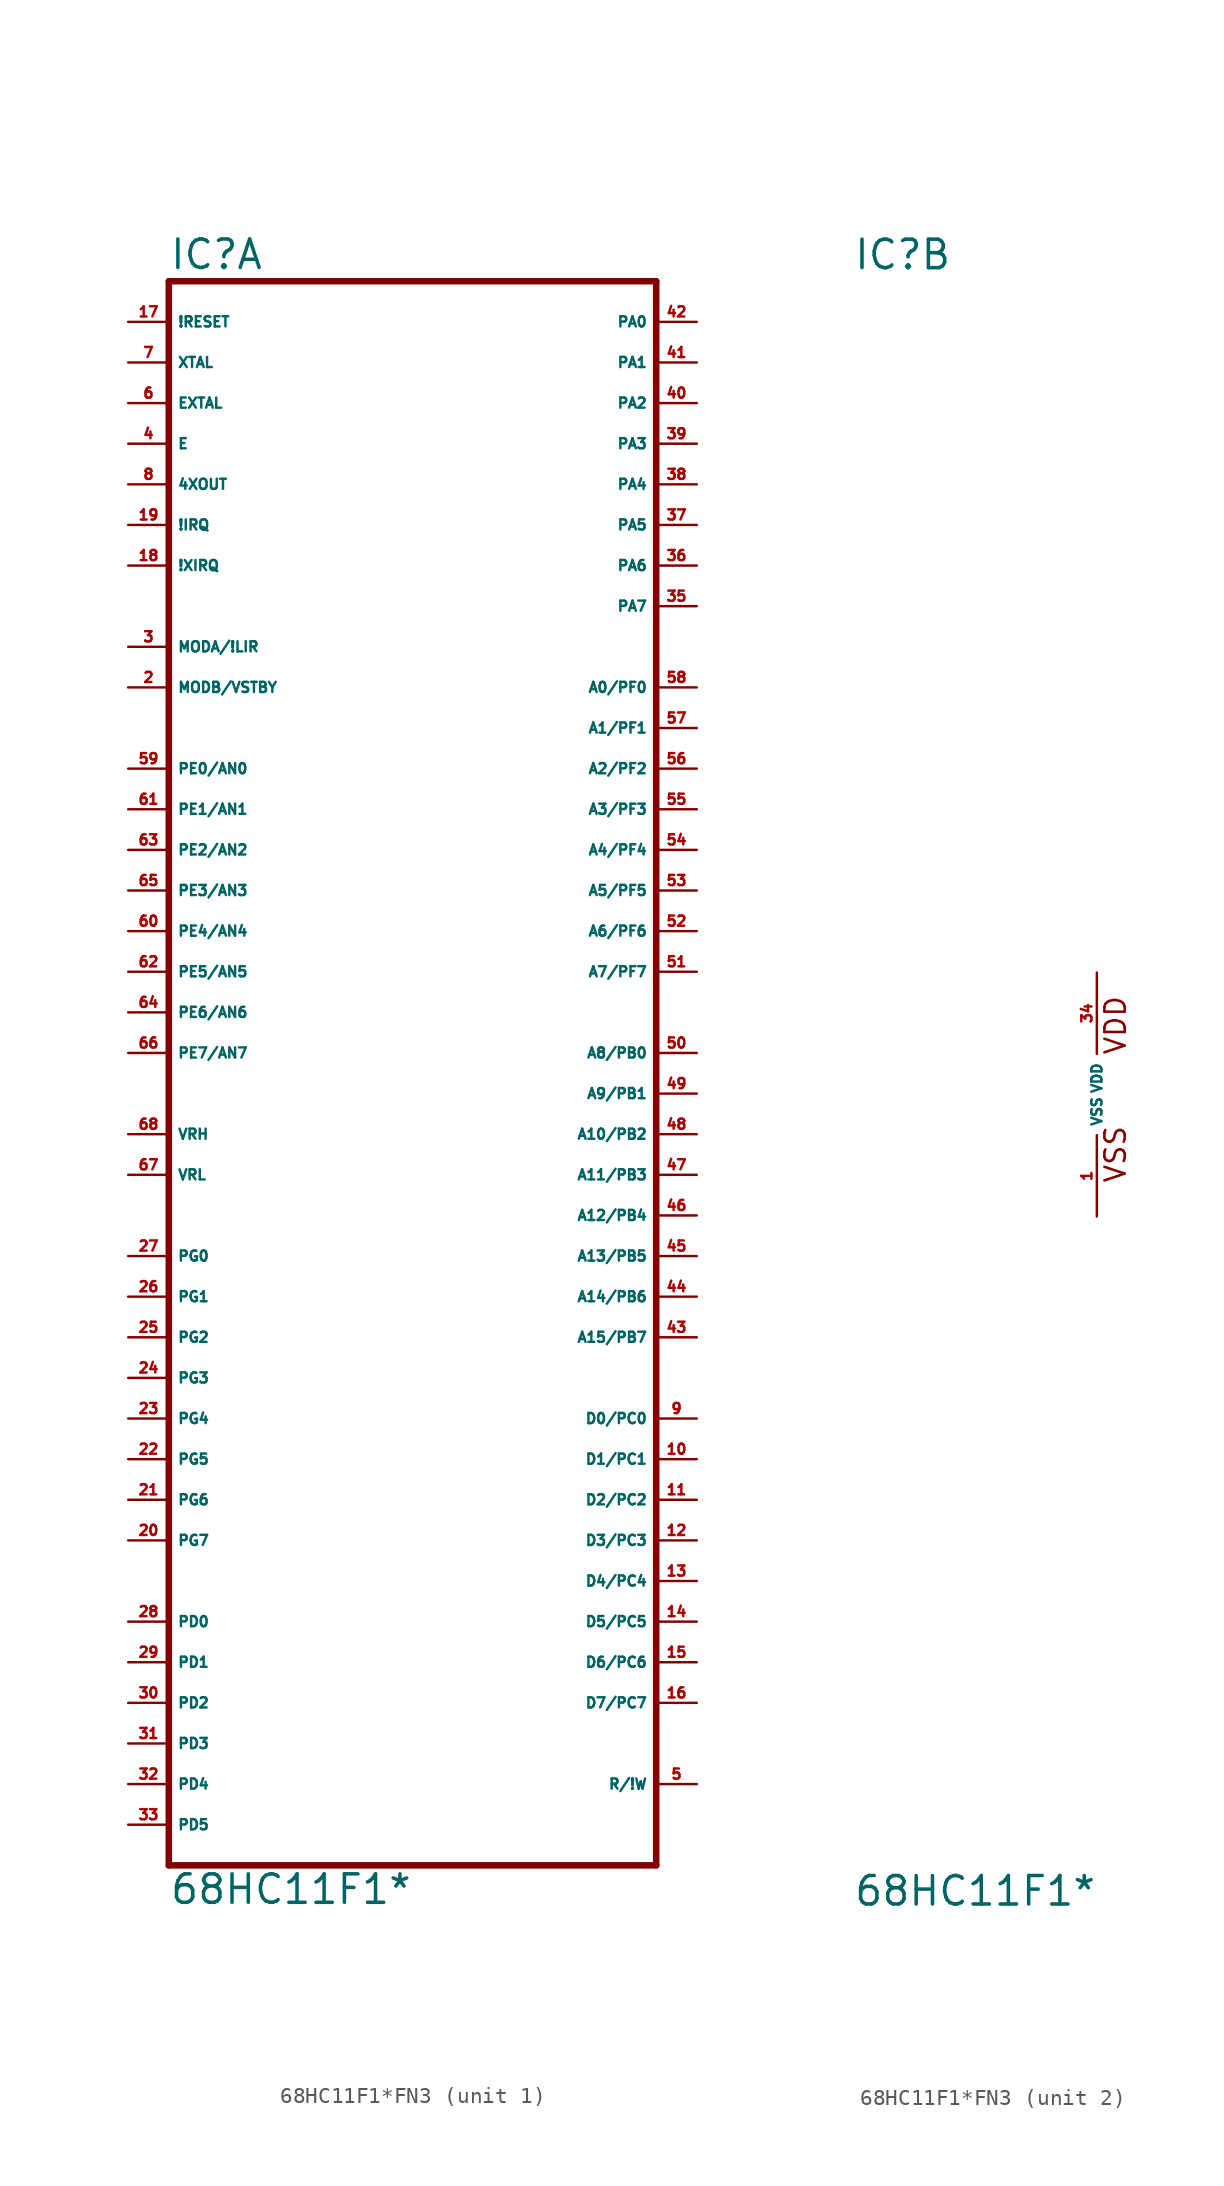
<source format=kicad_sym>
(kicad_symbol_lib
  (version 20220914)
  (generator Eagle2Kicad)
  (symbol "68HC11F1*FN3"
    (property "Reference" "IC"
      (at -15.24 51.435 0)
      (effects (font (size 1.778 1.778) (thickness 0.22)) (justify left bottom)))
    (property "Value" "68HC11F1*"
      (at -15.24 -50.8 0)
      (effects (font (size 1.778 1.778) (thickness 0.22)) (justify left bottom)))
    (symbol "68HC11F1*FN3_1_0"
      (polyline (pts (xy -15.24 -48.26) (xy 15.24 -48.26)) (stroke (width 0.406) (type default)) (fill (type none)))
      (polyline (pts (xy 15.24 -48.26) (xy 15.24 50.8)) (stroke (width 0.406) (type default)) (fill (type none)))
      (polyline (pts (xy 15.24 50.8) (xy -15.24 50.8)) (stroke (width 0.406) (type default)) (fill (type none)))
      (polyline (pts (xy -15.24 50.8) (xy -15.24 -48.26)) (stroke (width 0.406) (type default)) (fill (type none)))
      (pin bidirectional line (at -17.78 27.94 0) (length 2.54) (name "MODA/!LIR" (effects (font (size 0.635 0.635) (thickness 0.08)) (justify left bottom))) (number "3" (effects (font (size 0.635 0.635) (thickness 0.08)) (justify left bottom))))
      (pin output line (at -17.78 40.64 0) (length 2.54) (name "E" (effects (font (size 0.635 0.635) (thickness 0.08)) (justify left bottom))) (number "4" (effects (font (size 0.635 0.635) (thickness 0.08)) (justify left bottom))))
      (pin bidirectional line (at 17.78 -43.18 180) (length 2.54) (name "R/!W" (effects (font (size 0.635 0.635) (thickness 0.08)) (justify left bottom))) (number "5" (effects (font (size 0.635 0.635) (thickness 0.08)) (justify left bottom))))
      (pin input line (at -17.78 43.18 0) (length 2.54) (name "EXTAL" (effects (font (size 0.635 0.635) (thickness 0.08)) (justify left bottom))) (number "6" (effects (font (size 0.635 0.635) (thickness 0.08)) (justify left bottom))))
      (pin output line (at -17.78 45.72 0) (length 2.54) (name "XTAL" (effects (font (size 0.635 0.635) (thickness 0.08)) (justify left bottom))) (number "7" (effects (font (size 0.635 0.635) (thickness 0.08)) (justify left bottom))))
      (pin tri_state line (at 17.78 -20.32 180) (length 2.54) (name "D0/PC0" (effects (font (size 0.635 0.635) (thickness 0.08)) (justify left bottom))) (number "9" (effects (font (size 0.635 0.635) (thickness 0.08)) (justify left bottom))))
      (pin bidirectional line (at -17.78 48.26 0) (length 2.54) (name "!RESET" (effects (font (size 0.635 0.635) (thickness 0.08)) (justify left bottom))) (number "17" (effects (font (size 0.635 0.635) (thickness 0.08)) (justify left bottom))))
      (pin input line (at -17.78 33.02 0) (length 2.54) (name "!XIRQ" (effects (font (size 0.635 0.635) (thickness 0.08)) (justify left bottom))) (number "18" (effects (font (size 0.635 0.635) (thickness 0.08)) (justify left bottom))))
      (pin input line (at -17.78 35.56 0) (length 2.54) (name "!IRQ" (effects (font (size 0.635 0.635) (thickness 0.08)) (justify left bottom))) (number "19" (effects (font (size 0.635 0.635) (thickness 0.08)) (justify left bottom))))
      (pin bidirectional line (at -17.78 -33.02 0) (length 2.54) (name "PD0" (effects (font (size 0.635 0.635) (thickness 0.08)) (justify left bottom))) (number "28" (effects (font (size 0.635 0.635) (thickness 0.08)) (justify left bottom))))
      (pin bidirectional line (at -17.78 -35.56 0) (length 2.54) (name "PD1" (effects (font (size 0.635 0.635) (thickness 0.08)) (justify left bottom))) (number "29" (effects (font (size 0.635 0.635) (thickness 0.08)) (justify left bottom))))
      (pin bidirectional line (at -17.78 -38.1 0) (length 2.54) (name "PD2" (effects (font (size 0.635 0.635) (thickness 0.08)) (justify left bottom))) (number "30" (effects (font (size 0.635 0.635) (thickness 0.08)) (justify left bottom))))
      (pin bidirectional line (at -17.78 -40.64 0) (length 2.54) (name "PD3" (effects (font (size 0.635 0.635) (thickness 0.08)) (justify left bottom))) (number "31" (effects (font (size 0.635 0.635) (thickness 0.08)) (justify left bottom))))
      (pin bidirectional line (at -17.78 -43.18 0) (length 2.54) (name "PD4" (effects (font (size 0.635 0.635) (thickness 0.08)) (justify left bottom))) (number "32" (effects (font (size 0.635 0.635) (thickness 0.08)) (justify left bottom))))
      (pin bidirectional line (at -17.78 -45.72 0) (length 2.54) (name "PD5" (effects (font (size 0.635 0.635) (thickness 0.08)) (justify left bottom))) (number "33" (effects (font (size 0.635 0.635) (thickness 0.08)) (justify left bottom))))
      (pin output line (at 17.78 2.54 180) (length 2.54) (name "A8/PB0" (effects (font (size 0.635 0.635) (thickness 0.08)) (justify left bottom))) (number "50" (effects (font (size 0.635 0.635) (thickness 0.08)) (justify left bottom))))
      (pin bidirectional line (at 17.78 48.26 180) (length 2.54) (name "PA0" (effects (font (size 0.635 0.635) (thickness 0.08)) (justify left bottom))) (number "42" (effects (font (size 0.635 0.635) (thickness 0.08)) (justify left bottom))))
      (pin input line (at -17.78 20.32 0) (length 2.54) (name "PE0/AN0" (effects (font (size 0.635 0.635) (thickness 0.08)) (justify left bottom))) (number "59" (effects (font (size 0.635 0.635) (thickness 0.08)) (justify left bottom))))
      (pin input line (at -17.78 17.78 0) (length 2.54) (name "PE1/AN1" (effects (font (size 0.635 0.635) (thickness 0.08)) (justify left bottom))) (number "61" (effects (font (size 0.635 0.635) (thickness 0.08)) (justify left bottom))))
      (pin input line (at -17.78 15.24 0) (length 2.54) (name "PE2/AN2" (effects (font (size 0.635 0.635) (thickness 0.08)) (justify left bottom))) (number "63" (effects (font (size 0.635 0.635) (thickness 0.08)) (justify left bottom))))
      (pin input line (at -17.78 12.7 0) (length 2.54) (name "PE3/AN3" (effects (font (size 0.635 0.635) (thickness 0.08)) (justify left bottom))) (number "65" (effects (font (size 0.635 0.635) (thickness 0.08)) (justify left bottom))))
      (pin input line (at -17.78 10.16 0) (length 2.54) (name "PE4/AN4" (effects (font (size 0.635 0.635) (thickness 0.08)) (justify left bottom))) (number "60" (effects (font (size 0.635 0.635) (thickness 0.08)) (justify left bottom))))
      (pin input line (at -17.78 7.62 0) (length 2.54) (name "PE5/AN5" (effects (font (size 0.635 0.635) (thickness 0.08)) (justify left bottom))) (number "62" (effects (font (size 0.635 0.635) (thickness 0.08)) (justify left bottom))))
      (pin input line (at -17.78 5.08 0) (length 2.54) (name "PE6/AN6" (effects (font (size 0.635 0.635) (thickness 0.08)) (justify left bottom))) (number "64" (effects (font (size 0.635 0.635) (thickness 0.08)) (justify left bottom))))
      (pin input line (at -17.78 2.54 0) (length 2.54) (name "PE7/AN7" (effects (font (size 0.635 0.635) (thickness 0.08)) (justify left bottom))) (number "66" (effects (font (size 0.635 0.635) (thickness 0.08)) (justify left bottom))))
      (pin input line (at -17.78 -5.08 0) (length 2.54) (name "VRL" (effects (font (size 0.635 0.635) (thickness 0.08)) (justify left bottom))) (number "67" (effects (font (size 0.635 0.635) (thickness 0.08)) (justify left bottom))))
      (pin input line (at -17.78 -2.54 0) (length 2.54) (name "VRH" (effects (font (size 0.635 0.635) (thickness 0.08)) (justify left bottom))) (number "68" (effects (font (size 0.635 0.635) (thickness 0.08)) (justify left bottom))))
      (pin input line (at -17.78 25.4 0) (length 2.54) (name "MODB/VSTBY" (effects (font (size 0.635 0.635) (thickness 0.08)) (justify left bottom))) (number "2" (effects (font (size 0.635 0.635) (thickness 0.08)) (justify left bottom))))
      (pin bidirectional line (at -17.78 -10.16 0) (length 2.54) (name "PG0" (effects (font (size 0.635 0.635) (thickness 0.08)) (justify left bottom))) (number "27" (effects (font (size 0.635 0.635) (thickness 0.08)) (justify left bottom))))
      (pin bidirectional line (at -17.78 -12.7 0) (length 2.54) (name "PG1" (effects (font (size 0.635 0.635) (thickness 0.08)) (justify left bottom))) (number "26" (effects (font (size 0.635 0.635) (thickness 0.08)) (justify left bottom))))
      (pin bidirectional line (at -17.78 -15.24 0) (length 2.54) (name "PG2" (effects (font (size 0.635 0.635) (thickness 0.08)) (justify left bottom))) (number "25" (effects (font (size 0.635 0.635) (thickness 0.08)) (justify left bottom))))
      (pin bidirectional line (at -17.78 -17.78 0) (length 2.54) (name "PG3" (effects (font (size 0.635 0.635) (thickness 0.08)) (justify left bottom))) (number "24" (effects (font (size 0.635 0.635) (thickness 0.08)) (justify left bottom))))
      (pin bidirectional line (at -17.78 -20.32 0) (length 2.54) (name "PG4" (effects (font (size 0.635 0.635) (thickness 0.08)) (justify left bottom))) (number "23" (effects (font (size 0.635 0.635) (thickness 0.08)) (justify left bottom))))
      (pin bidirectional line (at -17.78 -22.86 0) (length 2.54) (name "PG5" (effects (font (size 0.635 0.635) (thickness 0.08)) (justify left bottom))) (number "22" (effects (font (size 0.635 0.635) (thickness 0.08)) (justify left bottom))))
      (pin bidirectional line (at -17.78 -25.4 0) (length 2.54) (name "PG6" (effects (font (size 0.635 0.635) (thickness 0.08)) (justify left bottom))) (number "21" (effects (font (size 0.635 0.635) (thickness 0.08)) (justify left bottom))))
      (pin bidirectional line (at -17.78 -27.94 0) (length 2.54) (name "PG7" (effects (font (size 0.635 0.635) (thickness 0.08)) (justify left bottom))) (number "20" (effects (font (size 0.635 0.635) (thickness 0.08)) (justify left bottom))))
      (pin output line (at -17.78 38.1 0) (length 2.54) (name "4XOUT" (effects (font (size 0.635 0.635) (thickness 0.08)) (justify left bottom))) (number "8" (effects (font (size 0.635 0.635) (thickness 0.08)) (justify left bottom))))
      (pin output line (at 17.78 25.4 180) (length 2.54) (name "A0/PF0" (effects (font (size 0.635 0.635) (thickness 0.08)) (justify left bottom))) (number "58" (effects (font (size 0.635 0.635) (thickness 0.08)) (justify left bottom))))
      (pin output line (at 17.78 22.86 180) (length 2.54) (name "A1/PF1" (effects (font (size 0.635 0.635) (thickness 0.08)) (justify left bottom))) (number "57" (effects (font (size 0.635 0.635) (thickness 0.08)) (justify left bottom))))
      (pin output line (at 17.78 20.32 180) (length 2.54) (name "A2/PF2" (effects (font (size 0.635 0.635) (thickness 0.08)) (justify left bottom))) (number "56" (effects (font (size 0.635 0.635) (thickness 0.08)) (justify left bottom))))
      (pin output line (at 17.78 17.78 180) (length 2.54) (name "A3/PF3" (effects (font (size 0.635 0.635) (thickness 0.08)) (justify left bottom))) (number "55" (effects (font (size 0.635 0.635) (thickness 0.08)) (justify left bottom))))
      (pin output line (at 17.78 15.24 180) (length 2.54) (name "A4/PF4" (effects (font (size 0.635 0.635) (thickness 0.08)) (justify left bottom))) (number "54" (effects (font (size 0.635 0.635) (thickness 0.08)) (justify left bottom))))
      (pin output line (at 17.78 12.7 180) (length 2.54) (name "A5/PF5" (effects (font (size 0.635 0.635) (thickness 0.08)) (justify left bottom))) (number "53" (effects (font (size 0.635 0.635) (thickness 0.08)) (justify left bottom))))
      (pin output line (at 17.78 10.16 180) (length 2.54) (name "A6/PF6" (effects (font (size 0.635 0.635) (thickness 0.08)) (justify left bottom))) (number "52" (effects (font (size 0.635 0.635) (thickness 0.08)) (justify left bottom))))
      (pin output line (at 17.78 7.62 180) (length 2.54) (name "A7/PF7" (effects (font (size 0.635 0.635) (thickness 0.08)) (justify left bottom))) (number "51" (effects (font (size 0.635 0.635) (thickness 0.08)) (justify left bottom))))
      (pin output line (at 17.78 0 180) (length 2.54) (name "A9/PB1" (effects (font (size 0.635 0.635) (thickness 0.08)) (justify left bottom))) (number "49" (effects (font (size 0.635 0.635) (thickness 0.08)) (justify left bottom))))
      (pin output line (at 17.78 -2.54 180) (length 2.54) (name "A10/PB2" (effects (font (size 0.635 0.635) (thickness 0.08)) (justify left bottom))) (number "48" (effects (font (size 0.635 0.635) (thickness 0.08)) (justify left bottom))))
      (pin output line (at 17.78 -5.08 180) (length 2.54) (name "A11/PB3" (effects (font (size 0.635 0.635) (thickness 0.08)) (justify left bottom))) (number "47" (effects (font (size 0.635 0.635) (thickness 0.08)) (justify left bottom))))
      (pin output line (at 17.78 -7.62 180) (length 2.54) (name "A12/PB4" (effects (font (size 0.635 0.635) (thickness 0.08)) (justify left bottom))) (number "46" (effects (font (size 0.635 0.635) (thickness 0.08)) (justify left bottom))))
      (pin output line (at 17.78 -10.16 180) (length 2.54) (name "A13/PB5" (effects (font (size 0.635 0.635) (thickness 0.08)) (justify left bottom))) (number "45" (effects (font (size 0.635 0.635) (thickness 0.08)) (justify left bottom))))
      (pin output line (at 17.78 -12.7 180) (length 2.54) (name "A14/PB6" (effects (font (size 0.635 0.635) (thickness 0.08)) (justify left bottom))) (number "44" (effects (font (size 0.635 0.635) (thickness 0.08)) (justify left bottom))))
      (pin output line (at 17.78 -15.24 180) (length 2.54) (name "A15/PB7" (effects (font (size 0.635 0.635) (thickness 0.08)) (justify left bottom))) (number "43" (effects (font (size 0.635 0.635) (thickness 0.08)) (justify left bottom))))
      (pin bidirectional line (at 17.78 45.72 180) (length 2.54) (name "PA1" (effects (font (size 0.635 0.635) (thickness 0.08)) (justify left bottom))) (number "41" (effects (font (size 0.635 0.635) (thickness 0.08)) (justify left bottom))))
      (pin bidirectional line (at 17.78 43.18 180) (length 2.54) (name "PA2" (effects (font (size 0.635 0.635) (thickness 0.08)) (justify left bottom))) (number "40" (effects (font (size 0.635 0.635) (thickness 0.08)) (justify left bottom))))
      (pin bidirectional line (at 17.78 40.64 180) (length 2.54) (name "PA3" (effects (font (size 0.635 0.635) (thickness 0.08)) (justify left bottom))) (number "39" (effects (font (size 0.635 0.635) (thickness 0.08)) (justify left bottom))))
      (pin bidirectional line (at 17.78 38.1 180) (length 2.54) (name "PA4" (effects (font (size 0.635 0.635) (thickness 0.08)) (justify left bottom))) (number "38" (effects (font (size 0.635 0.635) (thickness 0.08)) (justify left bottom))))
      (pin bidirectional line (at 17.78 35.56 180) (length 2.54) (name "PA5" (effects (font (size 0.635 0.635) (thickness 0.08)) (justify left bottom))) (number "37" (effects (font (size 0.635 0.635) (thickness 0.08)) (justify left bottom))))
      (pin bidirectional line (at 17.78 33.02 180) (length 2.54) (name "PA6" (effects (font (size 0.635 0.635) (thickness 0.08)) (justify left bottom))) (number "36" (effects (font (size 0.635 0.635) (thickness 0.08)) (justify left bottom))))
      (pin bidirectional line (at 17.78 30.48 180) (length 2.54) (name "PA7" (effects (font (size 0.635 0.635) (thickness 0.08)) (justify left bottom))) (number "35" (effects (font (size 0.635 0.635) (thickness 0.08)) (justify left bottom))))
      (pin tri_state line (at 17.78 -22.86 180) (length 2.54) (name "D1/PC1" (effects (font (size 0.635 0.635) (thickness 0.08)) (justify left bottom))) (number "10" (effects (font (size 0.635 0.635) (thickness 0.08)) (justify left bottom))))
      (pin tri_state line (at 17.78 -25.4 180) (length 2.54) (name "D2/PC2" (effects (font (size 0.635 0.635) (thickness 0.08)) (justify left bottom))) (number "11" (effects (font (size 0.635 0.635) (thickness 0.08)) (justify left bottom))))
      (pin tri_state line (at 17.78 -27.94 180) (length 2.54) (name "D3/PC3" (effects (font (size 0.635 0.635) (thickness 0.08)) (justify left bottom))) (number "12" (effects (font (size 0.635 0.635) (thickness 0.08)) (justify left bottom))))
      (pin tri_state line (at 17.78 -30.48 180) (length 2.54) (name "D4/PC4" (effects (font (size 0.635 0.635) (thickness 0.08)) (justify left bottom))) (number "13" (effects (font (size 0.635 0.635) (thickness 0.08)) (justify left bottom))))
      (pin tri_state line (at 17.78 -33.02 180) (length 2.54) (name "D5/PC5" (effects (font (size 0.635 0.635) (thickness 0.08)) (justify left bottom))) (number "14" (effects (font (size 0.635 0.635) (thickness 0.08)) (justify left bottom))))
      (pin tri_state line (at 17.78 -35.56 180) (length 2.54) (name "D6/PC6" (effects (font (size 0.635 0.635) (thickness 0.08)) (justify left bottom))) (number "15" (effects (font (size 0.635 0.635) (thickness 0.08)) (justify left bottom))))
      (pin tri_state line (at 17.78 -38.1 180) (length 2.54) (name "D7/PC7" (effects (font (size 0.635 0.635) (thickness 0.08)) (justify left bottom))) (number "16" (effects (font (size 0.635 0.635) (thickness 0.08)) (justify left bottom)))))
    (symbol "68HC11F1*FN3_2_0"
      (text "VSS" (at 1.905 -5.588 900) (effects (font (size 1.27 1.27) (thickness 0.16)) (justify left bottom)))
      (text "VDD" (at 1.905 2.413 900) (effects (font (size 1.27 1.27) (thickness 0.16)) (justify left bottom)))
      (pin unspecified line (at 0 -7.62 90) (length 5.08) (name "VSS" (effects (font (size 0.635 0.635) (thickness 0.08)) (justify left bottom))) (number "1" (effects (font (size 0.635 0.635) (thickness 0.08)) (justify left bottom))))
      (pin unspecified line (at 0 7.62 270) (length 5.08) (name "VDD" (effects (font (size 0.635 0.635) (thickness 0.08)) (justify left bottom))) (number "34" (effects (font (size 0.635 0.635) (thickness 0.08)) (justify left bottom)))))))
</source>
